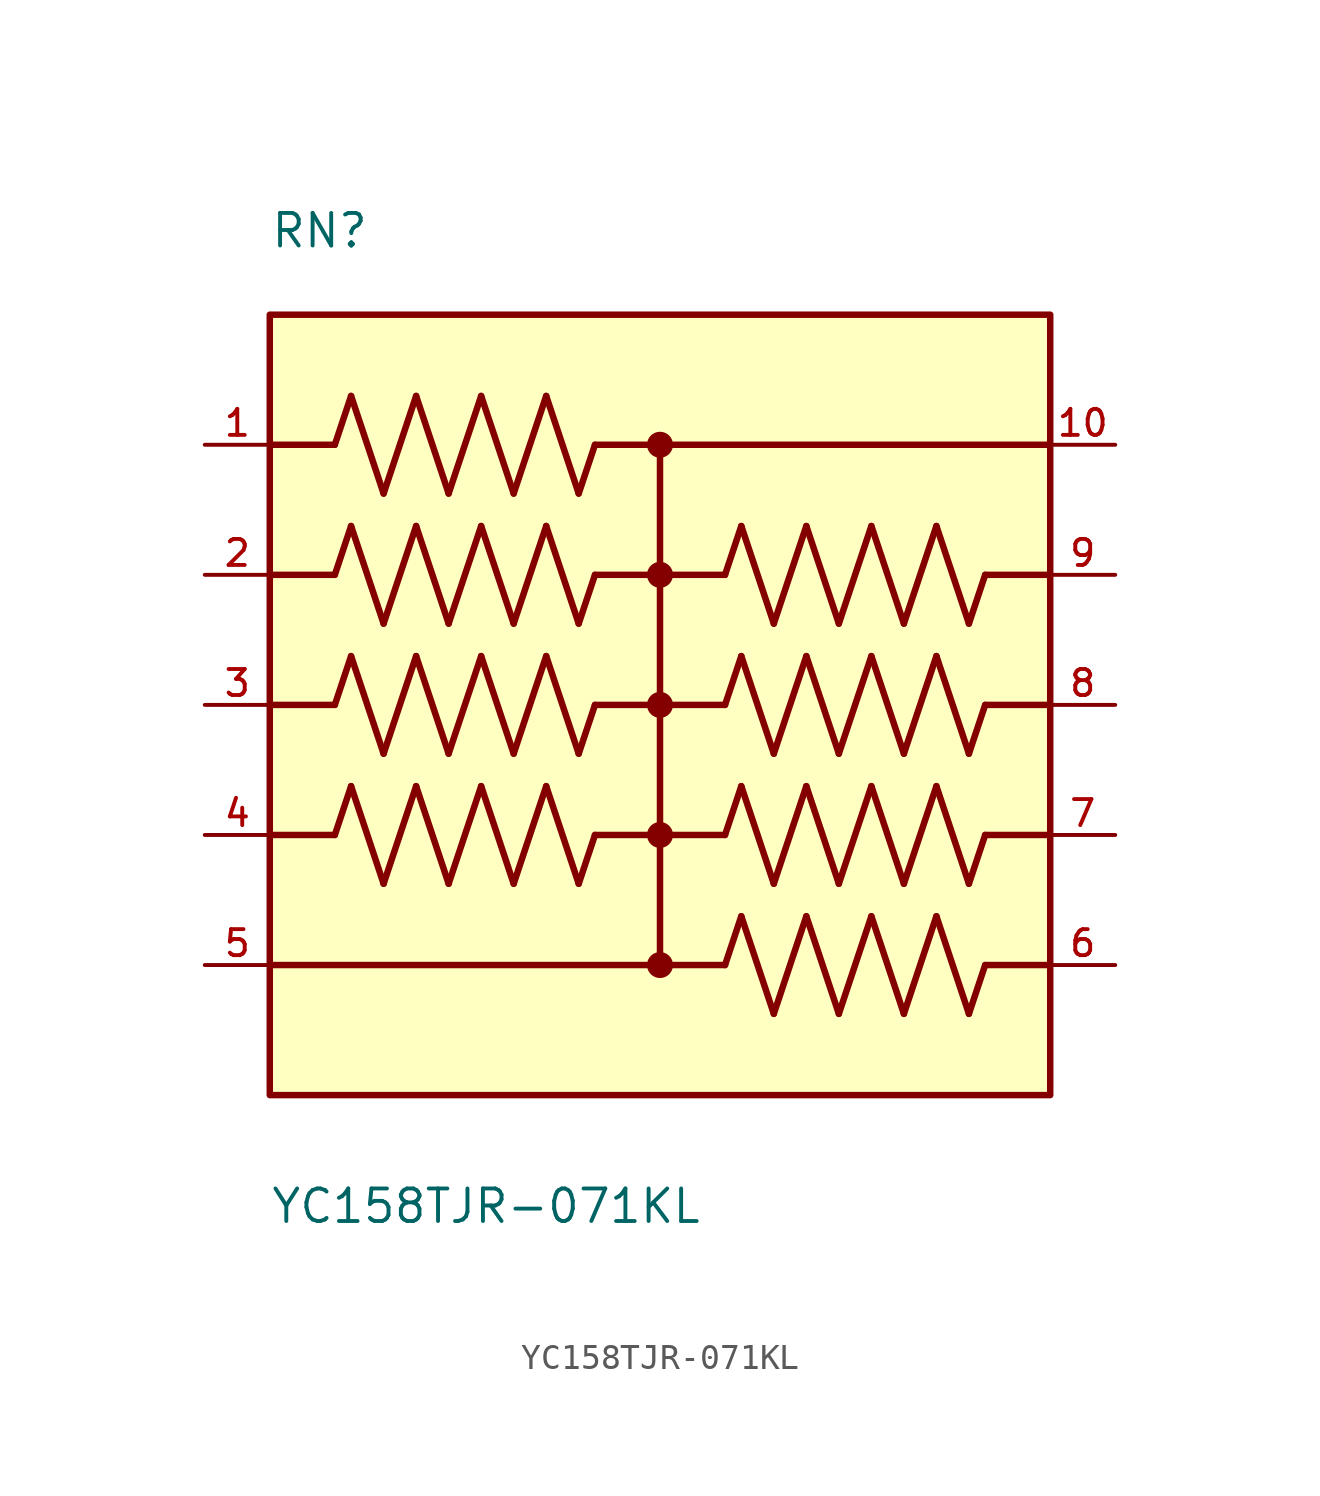
<source format=kicad_sym>
(kicad_symbol_lib
  (version 20211014)
  (generator kicad_symbol_editor)
  (symbol "YC158TJR-071KL"
    (pin_names
      (offset 1.016))
    (property "Reference" "RN"
      (at -15.24 17.78 0)
      (effects (font (size 1.27 1.27)) (justify bottom left)))
    (property "Value" "YC158TJR-071KL"
      (at -15.24 -20.32 0)
      (effects (font (size 1.27 1.27)) (justify bottom left)))
    (symbol "YC158TJR-071KL_0_0"
      (polyline (pts (xy -12.7 10.16) (xy -12.065 12.065)) (stroke (width 0.254)))
      (polyline (pts (xy -12.065 12.065) (xy -10.795 8.255)) (stroke (width 0.254)))
      (polyline (pts (xy -10.795 8.255) (xy -9.525 12.065)) (stroke (width 0.254)))
      (polyline (pts (xy -9.525 12.065) (xy -8.255 8.255)) (stroke (width 0.254)))
      (polyline (pts (xy -8.255 8.255) (xy -6.985 12.065)) (stroke (width 0.254)))
      (polyline (pts (xy -6.985 12.065) (xy -5.715 8.255)) (stroke (width 0.254)))
      (polyline (pts (xy -5.715 8.255) (xy -4.445 12.065)) (stroke (width 0.254)))
      (polyline (pts (xy -4.445 12.065) (xy -3.175 8.255)) (stroke (width 0.254)))
      (polyline (pts (xy -3.175 8.255) (xy -2.54 10.16)) (stroke (width 0.254)))
      (polyline (pts (xy -12.7 5.08) (xy -12.065 6.985)) (stroke (width 0.254)))
      (polyline (pts (xy -12.065 6.985) (xy -10.795 3.175)) (stroke (width 0.254)))
      (polyline (pts (xy -10.795 3.175) (xy -9.525 6.985)) (stroke (width 0.254)))
      (polyline (pts (xy -9.525 6.985) (xy -8.255 3.175)) (stroke (width 0.254)))
      (polyline (pts (xy -8.255 3.175) (xy -6.985 6.985)) (stroke (width 0.254)))
      (polyline (pts (xy -6.985 6.985) (xy -5.715 3.175)) (stroke (width 0.254)))
      (polyline (pts (xy -5.715 3.175) (xy -4.445 6.985)) (stroke (width 0.254)))
      (polyline (pts (xy -4.445 6.985) (xy -3.175 3.175)) (stroke (width 0.254)))
      (polyline (pts (xy -3.175 3.175) (xy -2.54 5.08)) (stroke (width 0.254)))
      (polyline (pts (xy -12.7 0.0) (xy -12.065 1.905)) (stroke (width 0.254)))
      (polyline (pts (xy -12.065 1.905) (xy -10.795 -1.905)) (stroke (width 0.254)))
      (polyline (pts (xy -10.795 -1.905) (xy -9.525 1.905)) (stroke (width 0.254)))
      (polyline (pts (xy -9.525 1.905) (xy -8.255 -1.905)) (stroke (width 0.254)))
      (polyline (pts (xy -8.255 -1.905) (xy -6.985 1.905)) (stroke (width 0.254)))
      (polyline (pts (xy -6.985 1.905) (xy -5.715 -1.905)) (stroke (width 0.254)))
      (polyline (pts (xy -5.715 -1.905) (xy -4.445 1.905)) (stroke (width 0.254)))
      (polyline (pts (xy -4.445 1.905) (xy -3.175 -1.905)) (stroke (width 0.254)))
      (polyline (pts (xy -3.175 -1.905) (xy -2.54 0.0)) (stroke (width 0.254)))
      (polyline (pts (xy -12.7 -5.08) (xy -12.065 -3.175)) (stroke (width 0.254)))
      (polyline (pts (xy -12.065 -3.175) (xy -10.795 -6.985)) (stroke (width 0.254)))
      (polyline (pts (xy -10.795 -6.985) (xy -9.525 -3.175)) (stroke (width 0.254)))
      (polyline (pts (xy -9.525 -3.175) (xy -8.255 -6.985)) (stroke (width 0.254)))
      (polyline (pts (xy -8.255 -6.985) (xy -6.985 -3.175)) (stroke (width 0.254)))
      (polyline (pts (xy -6.985 -3.175) (xy -5.715 -6.985)) (stroke (width 0.254)))
      (polyline (pts (xy -5.715 -6.985) (xy -4.445 -3.175)) (stroke (width 0.254)))
      (polyline (pts (xy -4.445 -3.175) (xy -3.175 -6.985)) (stroke (width 0.254)))
      (polyline (pts (xy -3.175 -6.985) (xy -2.54 -5.08)) (stroke (width 0.254)))
      (polyline (pts (xy 2.54 5.08) (xy 3.175 6.985)) (stroke (width 0.254)))
      (polyline (pts (xy 3.175 6.985) (xy 4.445 3.175)) (stroke (width 0.254)))
      (polyline (pts (xy 4.445 3.175) (xy 5.715 6.985)) (stroke (width 0.254)))
      (polyline (pts (xy 5.715 6.985) (xy 6.985 3.175)) (stroke (width 0.254)))
      (polyline (pts (xy 6.985 3.175) (xy 8.255 6.985)) (stroke (width 0.254)))
      (polyline (pts (xy 8.255 6.985) (xy 9.525 3.175)) (stroke (width 0.254)))
      (polyline (pts (xy 9.525 3.175) (xy 10.795 6.985)) (stroke (width 0.254)))
      (polyline (pts (xy 10.795 6.985) (xy 12.065 3.175)) (stroke (width 0.254)))
      (polyline (pts (xy 12.065 3.175) (xy 12.7 5.08)) (stroke (width 0.254)))
      (polyline (pts (xy 2.54 0.0) (xy 3.175 1.905)) (stroke (width 0.254)))
      (polyline (pts (xy 3.175 1.905) (xy 4.445 -1.905)) (stroke (width 0.254)))
      (polyline (pts (xy 4.445 -1.905) (xy 5.715 1.905)) (stroke (width 0.254)))
      (polyline (pts (xy 5.715 1.905) (xy 6.985 -1.905)) (stroke (width 0.254)))
      (polyline (pts (xy 6.985 -1.905) (xy 8.255 1.905)) (stroke (width 0.254)))
      (polyline (pts (xy 8.255 1.905) (xy 9.525 -1.905)) (stroke (width 0.254)))
      (polyline (pts (xy 9.525 -1.905) (xy 10.795 1.905)) (stroke (width 0.254)))
      (polyline (pts (xy 10.795 1.905) (xy 12.065 -1.905)) (stroke (width 0.254)))
      (polyline (pts (xy 12.065 -1.905) (xy 12.7 0.0)) (stroke (width 0.254)))
      (polyline (pts (xy 2.54 -5.08) (xy 3.175 -3.175)) (stroke (width 0.254)))
      (polyline (pts (xy 3.175 -3.175) (xy 4.445 -6.985)) (stroke (width 0.254)))
      (polyline (pts (xy 4.445 -6.985) (xy 5.715 -3.175)) (stroke (width 0.254)))
      (polyline (pts (xy 5.715 -3.175) (xy 6.985 -6.985)) (stroke (width 0.254)))
      (polyline (pts (xy 6.985 -6.985) (xy 8.255 -3.175)) (stroke (width 0.254)))
      (polyline (pts (xy 8.255 -3.175) (xy 9.525 -6.985)) (stroke (width 0.254)))
      (polyline (pts (xy 9.525 -6.985) (xy 10.795 -3.175)) (stroke (width 0.254)))
      (polyline (pts (xy 10.795 -3.175) (xy 12.065 -6.985)) (stroke (width 0.254)))
      (polyline (pts (xy 12.065 -6.985) (xy 12.7 -5.08)) (stroke (width 0.254)))
      (polyline (pts (xy 2.54 -10.16) (xy 3.175 -8.255)) (stroke (width 0.254)))
      (polyline (pts (xy 3.175 -8.255) (xy 4.445 -12.065)) (stroke (width 0.254)))
      (polyline (pts (xy 4.445 -12.065) (xy 5.715 -8.255)) (stroke (width 0.254)))
      (polyline (pts (xy 5.715 -8.255) (xy 6.985 -12.065)) (stroke (width 0.254)))
      (polyline (pts (xy 6.985 -12.065) (xy 8.255 -8.255)) (stroke (width 0.254)))
      (polyline (pts (xy 8.255 -8.255) (xy 9.525 -12.065)) (stroke (width 0.254)))
      (polyline (pts (xy 9.525 -12.065) (xy 10.795 -8.255)) (stroke (width 0.254)))
      (polyline (pts (xy 10.795 -8.255) (xy 12.065 -12.065)) (stroke (width 0.254)))
      (polyline (pts (xy 12.065 -12.065) (xy 12.7 -10.16)) (stroke (width 0.254)))
      (polyline (pts (xy -2.54 10.16) (xy 0.0 10.16)) (stroke (width 0.254)))
      (polyline (pts (xy 0.0 10.16) (xy 15.24 10.16)) (stroke (width 0.254)))
      (polyline (pts (xy -2.54 5.08) (xy 2.54 5.08)) (stroke (width 0.254)))
      (polyline (pts (xy 2.54 0.0) (xy -2.54 0.0)) (stroke (width 0.254)))
      (polyline (pts (xy 2.54 -5.08) (xy -2.54 -5.08)) (stroke (width 0.254)))
      (polyline (pts (xy 2.54 -10.16) (xy 0.0 -10.16)) (stroke (width 0.254)))
      (polyline (pts (xy 0.0 -10.16) (xy -15.24 -10.16)) (stroke (width 0.254)))
      (polyline (pts (xy 0.0 10.16) (xy 0.0 -10.16)) (stroke (width 0.254)))
      (circle (center 0.0 10.16) (radius 0.254) (stroke (width 0.508)) (fill (type none)))
      (circle (center 0.0 5.08) (radius 0.254) (stroke (width 0.508)) (fill (type none)))
      (circle (center 0.0 0.0) (radius 0.254) (stroke (width 0.508)) (fill (type none)))
      (circle (center 0.0 -5.08) (radius 0.254) (stroke (width 0.508)) (fill (type none)))
      (circle (center 0.0 -10.16) (radius 0.254) (stroke (width 0.508)) (fill (type none)))
      (polyline (pts (xy -12.7 10.16) (xy -15.24 10.16)) (stroke (width 0.254)))
      (polyline (pts (xy -12.7 5.08) (xy -15.24 5.08)) (stroke (width 0.254)))
      (polyline (pts (xy -12.7 0.0) (xy -15.24 0.0)) (stroke (width 0.254)))
      (polyline (pts (xy -12.7 -5.08) (xy -15.24 -5.08)) (stroke (width 0.254)))
      (polyline (pts (xy 15.24 5.08) (xy 12.7 5.08)) (stroke (width 0.254)))
      (polyline (pts (xy 15.24 0.0) (xy 12.7 0.0)) (stroke (width 0.254)))
      (polyline (pts (xy 15.24 -5.08) (xy 12.7 -5.08)) (stroke (width 0.254)))
      (polyline (pts (xy 15.24 -10.16) (xy 12.7 -10.16)) (stroke (width 0.254)))
      (rectangle (start -15.24 -15.24) (end 15.24 15.24) (stroke (width 0.254)) (fill (type background)))
      (pin passive line (at -17.78 10.16 0) (length 2.54) (name "~" (effects (font (size 1.016 1.016)))) (number "1" (effects (font (size 1.016 1.016)))))
      (pin passive line (at -17.78 5.08 0) (length 2.54) (name "~" (effects (font (size 1.016 1.016)))) (number "2" (effects (font (size 1.016 1.016)))))
      (pin passive line (at -17.78 0.0 0) (length 2.54) (name "~" (effects (font (size 1.016 1.016)))) (number "3" (effects (font (size 1.016 1.016)))))
      (pin passive line (at -17.78 -5.08 0) (length 2.54) (name "~" (effects (font (size 1.016 1.016)))) (number "4" (effects (font (size 1.016 1.016)))))
      (pin passive line (at -17.78 -10.16 0) (length 2.54) (name "~" (effects (font (size 1.016 1.016)))) (number "5" (effects (font (size 1.016 1.016)))))
      (pin passive line (at 17.78 -10.16 180.0) (length 2.54) (name "~" (effects (font (size 1.016 1.016)))) (number "6" (effects (font (size 1.016 1.016)))))
      (pin passive line (at 17.78 -5.08 180.0) (length 2.54) (name "~" (effects (font (size 1.016 1.016)))) (number "7" (effects (font (size 1.016 1.016)))))
      (pin passive line (at 17.78 0.0 180.0) (length 2.54) (name "~" (effects (font (size 1.016 1.016)))) (number "8" (effects (font (size 1.016 1.016)))))
      (pin passive line (at 17.78 5.08 180.0) (length 2.54) (name "~" (effects (font (size 1.016 1.016)))) (number "9" (effects (font (size 1.016 1.016)))))
      (pin passive line (at 17.78 10.16 180.0) (length 2.54) (name "~" (effects (font (size 1.016 1.016)))) (number "10" (effects (font (size 1.016 1.016))))))))
</source>
